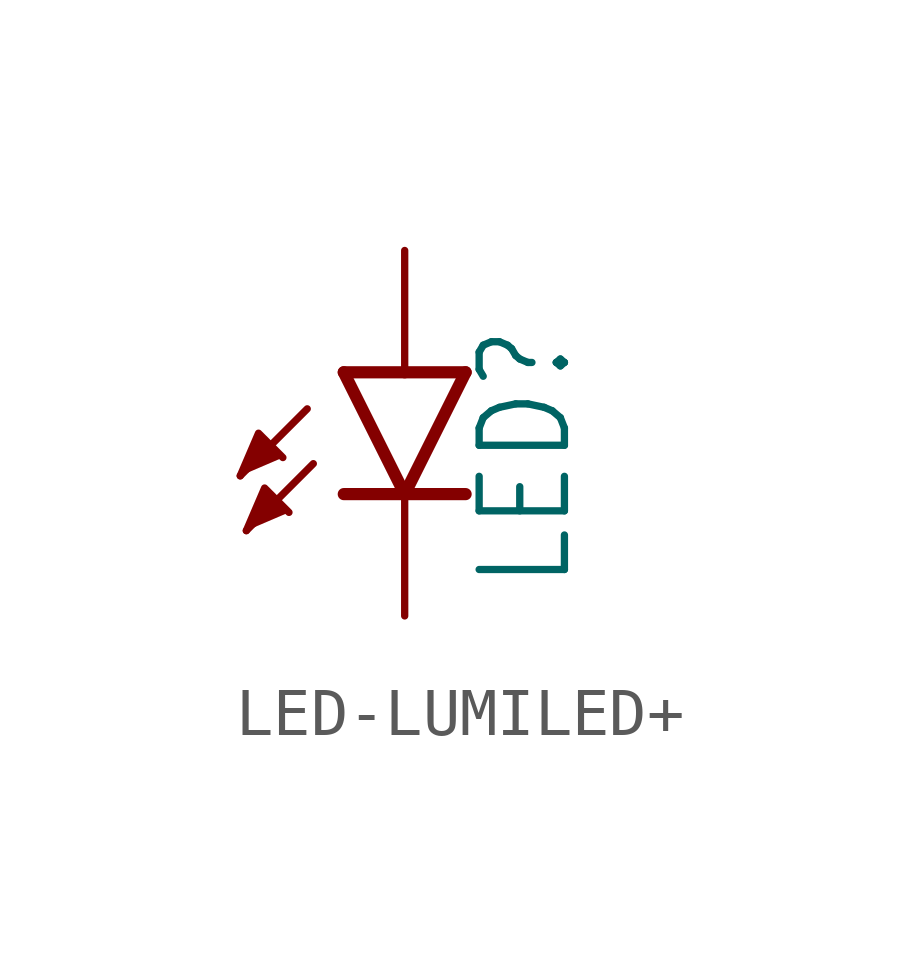
<source format=kicad_sym>
(kicad_symbol_lib
  (version 20231120)
  (generator "kicad_symbol_editor")
  (generator_version "8.0")
  (symbol "LED-LUMILED+"
    (property "Reference" "LED"
      (at 3.556 -4.572 90)
      (effects (font (size 1.778 1.511)) (justify left bottom)))
    (property "Value" ""
      (at 5.715 -4.572 90)
      (effects (font (size 1.778 1.511)) (justify left bottom)))
    (property "ki_locked" ""
      (at 0 0 0)
      (effects (font (size 1.27 1.27))))
    (symbol "LED-LUMILED+_1_0"
      (polyline (pts (xy -2.032 -0.762) (xy -3.429 -2.159)) (stroke (width 0.152) (type solid)) (fill (type none)))
      (polyline (pts (xy -1.905 -1.905) (xy -3.302 -3.302)) (stroke (width 0.152) (type solid)) (fill (type none)))
      (polyline (pts (xy 0 -2.54) (xy -1.27 -2.54)) (stroke (width 0.254) (type solid)) (fill (type none)))
      (polyline (pts (xy 0 -2.54) (xy -1.27 0)) (stroke (width 0.254) (type solid)) (fill (type none)))
      (polyline (pts (xy 0 0) (xy -1.27 0)) (stroke (width 0.254) (type solid)) (fill (type none)))
      (polyline (pts (xy 1.27 -2.54) (xy 0 -2.54)) (stroke (width 0.254) (type solid)) (fill (type none)))
      (polyline (pts (xy 1.27 0) (xy 0 -2.54)) (stroke (width 0.254) (type solid)) (fill (type none)))
      (polyline (pts (xy 1.27 0) (xy 0 0)) (stroke (width 0.254) (type solid)) (fill (type none)))
      (polyline (pts (xy -3.429 -2.159) (xy -3.048 -1.27) (xy -2.54 -1.778)) (stroke (width 0.152) (type solid)) (fill (type outline)))
      (polyline (pts (xy -3.302 -3.302) (xy -2.921 -2.413) (xy -2.413 -2.921)) (stroke (width 0.152) (type solid)) (fill (type outline)))
      (pin passive line (at 0 2.54 270) (length 2.54) (name "A" (effects (font (size 0 0)))) (number "2+" (effects (font (size 0 0)))))
      (pin passive line (at 0 -5.08 90) (length 2.54) (name "C" (effects (font (size 0 0)))) (number "4-" (effects (font (size 0 0))))))))
</source>
